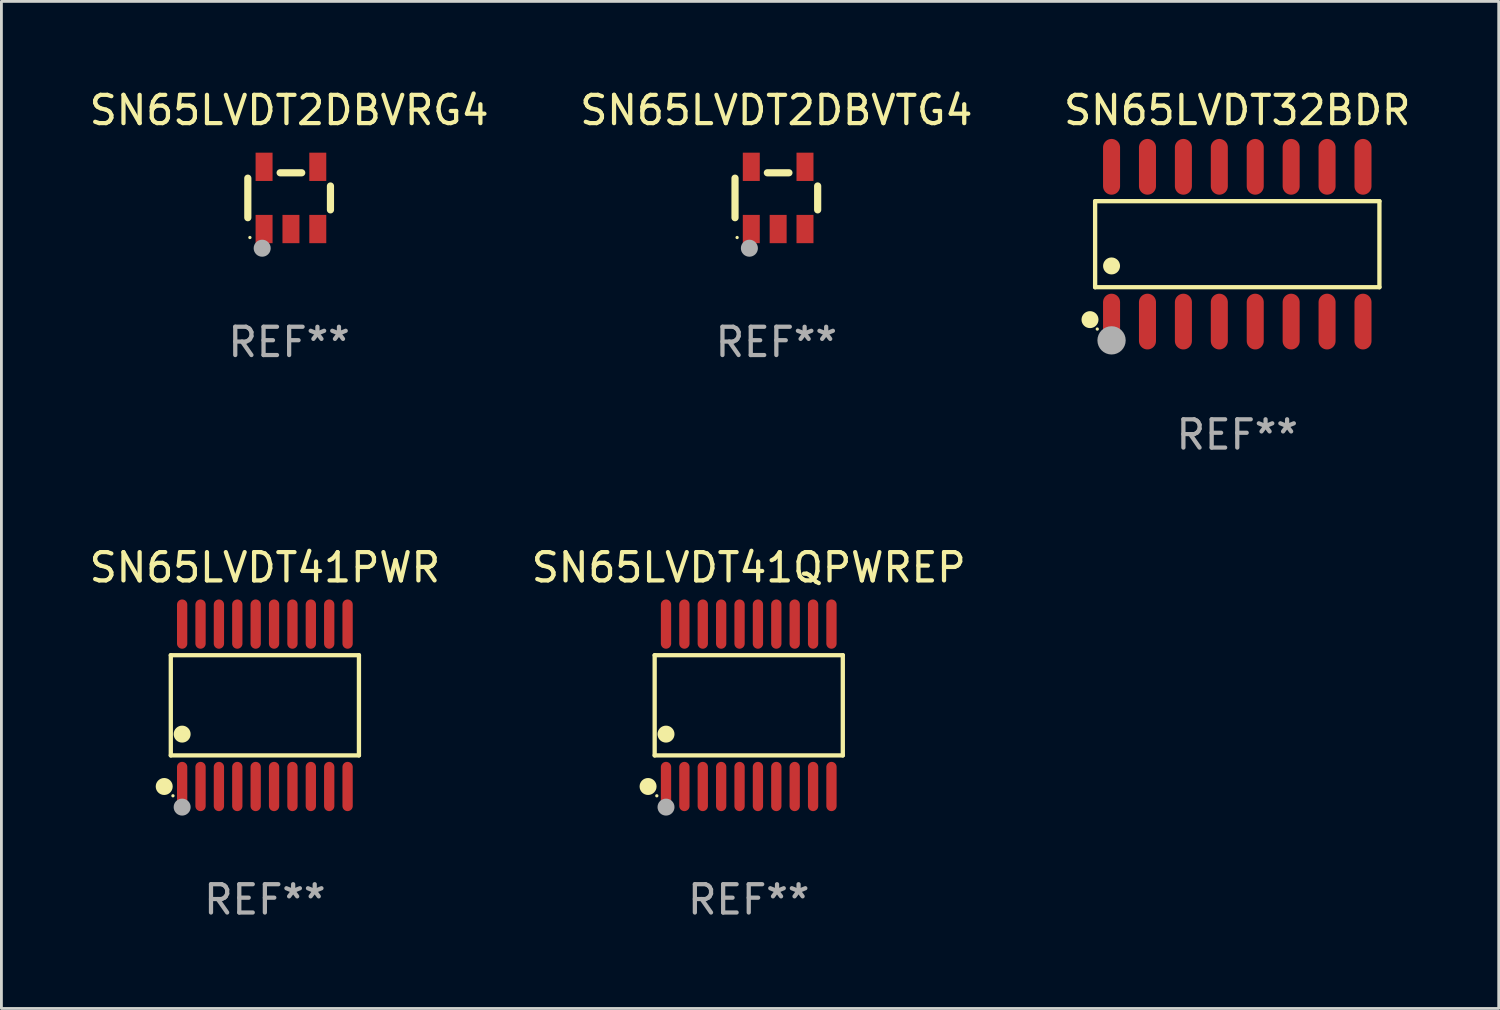
<source format=kicad_pcb>
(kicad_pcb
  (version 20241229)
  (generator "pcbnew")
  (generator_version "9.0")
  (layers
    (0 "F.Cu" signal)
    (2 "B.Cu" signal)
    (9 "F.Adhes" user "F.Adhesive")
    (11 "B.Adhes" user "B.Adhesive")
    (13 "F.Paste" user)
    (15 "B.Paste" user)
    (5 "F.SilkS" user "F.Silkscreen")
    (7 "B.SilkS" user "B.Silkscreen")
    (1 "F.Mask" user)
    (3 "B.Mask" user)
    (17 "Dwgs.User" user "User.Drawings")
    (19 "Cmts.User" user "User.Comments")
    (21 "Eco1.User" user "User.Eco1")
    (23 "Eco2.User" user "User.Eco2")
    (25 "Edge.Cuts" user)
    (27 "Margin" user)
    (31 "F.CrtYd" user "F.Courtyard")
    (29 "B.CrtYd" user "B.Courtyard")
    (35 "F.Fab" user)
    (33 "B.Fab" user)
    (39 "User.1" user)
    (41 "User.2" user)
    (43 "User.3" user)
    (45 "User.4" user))
  (footprint "SN65LVDT41QPWREP"
    (layer "F.Cu")
    (at 23.423 21.887)
    (property "Reference" "SN65LVDT41QPWREP" (at 0 -4.871 0) (layer "F.SilkS") (effects (font (size 1 1) (thickness 0.15))))
    (attr through_hole)
    (fp_line (start -3.326 -1.771) (end 3.326 -1.771) (stroke (width 0.152) (type solid)) (layer "F.SilkS"))
    (fp_line (start -3.326 1.771) (end -3.326 -1.771) (stroke (width 0.152) (type solid)) (layer "F.SilkS"))
    (fp_line (start 3.326 -1.771) (end 3.326 1.771) (stroke (width 0.152) (type solid)) (layer "F.SilkS"))
    (fp_line (start 3.326 1.771) (end -3.326 1.771) (stroke (width 0.152) (type solid)) (layer "F.SilkS"))
    (fp_circle (center -3.559 2.871) (end -3.409 2.871) (stroke (width 0.3) (type solid)) (fill no) (layer "F.SilkS"))
    (fp_circle (center -3.25 3.2) (end -3.22 3.2) (stroke (width 0.06) (type solid)) (fill no) (layer "F.SilkS"))
    (fp_circle (center -2.925 1.019) (end -2.775 1.019) (stroke (width 0.3) (type solid)) (fill no) (layer "F.SilkS"))
    (fp_circle (center -2.925 3.6) (end -2.775 3.6) (stroke (width 0.3) (type solid)) (fill no) (layer "F.Fab"))
    (fp_text user "REF**" (at 0 6.871 0) (layer "F.Fab") (effects (font (size 1 1) (thickness 0.15))))
    (pad "1" smd oval (at -2.925 2.871) (size 0.364 1.742) (layers "F.Cu" "F.Mask" "F.Paste"))
    (pad "2" smd oval (at -2.275 2.871) (size 0.364 1.742) (layers "F.Cu" "F.Mask" "F.Paste"))
    (pad "3" smd oval (at -1.625 2.871) (size 0.364 1.742) (layers "F.Cu" "F.Mask" "F.Paste"))
    (pad "4" smd oval (at -0.975 2.871) (size 0.364 1.742) (layers "F.Cu" "F.Mask" "F.Paste"))
    (pad "5" smd oval (at -0.325 2.871) (size 0.364 1.742) (layers "F.Cu" "F.Mask" "F.Paste"))
    (pad "6" smd oval (at 0.325 2.871) (size 0.364 1.742) (layers "F.Cu" "F.Mask" "F.Paste"))
    (pad "7" smd oval (at 0.975 2.871) (size 0.364 1.742) (layers "F.Cu" "F.Mask" "F.Paste"))
    (pad "8" smd oval (at 1.625 2.871) (size 0.364 1.742) (layers "F.Cu" "F.Mask" "F.Paste"))
    (pad "9" smd oval (at 2.275 2.871) (size 0.364 1.742) (layers "F.Cu" "F.Mask" "F.Paste"))
    (pad "10" smd oval (at 2.925 2.871) (size 0.364 1.742) (layers "F.Cu" "F.Mask" "F.Paste"))
    (pad "11" smd oval (at 2.925 -2.871) (size 0.364 1.742) (layers "F.Cu" "F.Mask" "F.Paste"))
    (pad "12" smd oval (at 2.275 -2.871) (size 0.364 1.742) (layers "F.Cu" "F.Mask" "F.Paste"))
    (pad "13" smd oval (at 1.625 -2.871) (size 0.364 1.742) (layers "F.Cu" "F.Mask" "F.Paste"))
    (pad "14" smd oval (at 0.975 -2.871) (size 0.364 1.742) (layers "F.Cu" "F.Mask" "F.Paste"))
    (pad "15" smd oval (at 0.325 -2.871) (size 0.364 1.742) (layers "F.Cu" "F.Mask" "F.Paste"))
    (pad "16" smd oval (at -0.325 -2.871) (size 0.364 1.742) (layers "F.Cu" "F.Mask" "F.Paste"))
    (pad "17" smd oval (at -0.975 -2.871) (size 0.364 1.742) (layers "F.Cu" "F.Mask" "F.Paste"))
    (pad "18" smd oval (at -1.625 -2.871) (size 0.364 1.742) (layers "F.Cu" "F.Mask" "F.Paste"))
    (pad "19" smd oval (at -2.275 -2.871) (size 0.364 1.742) (layers "F.Cu" "F.Mask" "F.Paste"))
    (pad "20" smd oval (at -2.925 -2.871) (size 0.364 1.742) (layers "F.Cu" "F.Mask" "F.Paste")))
  (footprint "SN65LVDT2DBVTG4"
    (layer "F.Cu")
    (at 24.399 3.948)
    (property "Reference" "SN65LVDT2DBVTG4" (at 0 -3.1 0) (layer "F.SilkS") (effects (font (size 1 1) (thickness 0.15))))
    (attr through_hole)
    (fp_line (start -1.461 -0.699) (end -1.461 0.699) (stroke (width 0.254) (type solid)) (layer "F.SilkS"))
    (fp_line (start -0.318 -0.889) (end 0.445 -0.889) (stroke (width 0.254) (type solid)) (layer "F.SilkS"))
    (fp_line (start 1.461 -0.422) (end 1.461 0.422) (stroke (width 0.254) (type solid)) (layer "F.SilkS"))
    (fp_circle (center -1.387 1.4) (end -1.357 1.4) (stroke (width 0.06) (type solid)) (fill no) (layer "F.SilkS"))
    (fp_circle (center -0.953 1.778) (end -0.802 1.778) (stroke (width 0.3) (type solid)) (fill no) (layer "F.Fab"))
    (fp_text user "REF**" (at 0 5.1 0) (layer "F.Fab") (effects (font (size 1 1) (thickness 0.15))))
    (pad "1" smd rect (at -0.886 1.1) (size 0.6 1) (layers "F.Cu" "F.Mask" "F.Paste"))
    (pad "2" smd rect (at 0.064 1.1) (size 0.6 1) (layers "F.Cu" "F.Mask" "F.Paste"))
    (pad "3" smd rect (at 1.013 1.1) (size 0.6 1) (layers "F.Cu" "F.Mask" "F.Paste"))
    (pad "4" smd rect (at 1.013 -1.1) (size 0.6 1) (layers "F.Cu" "F.Mask" "F.Paste"))
    (pad "5" smd rect (at -0.886 -1.1) (size 0.6 1) (layers "F.Cu" "F.Mask" "F.Paste")))
  (footprint "SN65LVDT32BDR"
    (layer "F.Cu")
    (at 40.696 5.584)
    (property "Reference" "SN65LVDT32BDR" (at 0 -4.736 0) (layer "F.SilkS") (effects (font (size 1 1) (thickness 0.15))))
    (attr through_hole)
    (fp_line (start -5.026 -1.521) (end 5.026 -1.521) (stroke (width 0.152) (type solid)) (layer "F.SilkS"))
    (fp_line (start -5.026 1.521) (end -5.026 -1.521) (stroke (width 0.152) (type solid)) (layer "F.SilkS"))
    (fp_line (start 5.026 -1.521) (end 5.026 1.521) (stroke (width 0.152) (type solid)) (layer "F.SilkS"))
    (fp_line (start 5.026 1.521) (end -5.026 1.521) (stroke (width 0.152) (type solid)) (layer "F.SilkS"))
    (fp_circle (center -5.207 2.667) (end -5.057 2.667) (stroke (width 0.3) (type solid)) (fill no) (layer "F.SilkS"))
    (fp_circle (center -4.95 3) (end -4.92 3) (stroke (width 0.06) (type solid)) (fill no) (layer "F.SilkS"))
    (fp_circle (center -4.445 0.769) (end -4.295 0.769) (stroke (width 0.3) (type solid)) (fill no) (layer "F.SilkS"))
    (fp_circle (center -4.445 3.4) (end -4.195 3.4) (stroke (width 0.5) (type solid)) (fill no) (layer "F.Fab"))
    (fp_text user "REF**" (at 0 6.736 0) (layer "F.Fab") (effects (font (size 1 1) (thickness 0.15))))
    (pad "1" smd oval (at -4.445 2.736) (size 0.602 1.971) (layers "F.Cu" "F.Mask" "F.Paste"))
    (pad "2" smd oval (at -3.175 2.736) (size 0.602 1.971) (layers "F.Cu" "F.Mask" "F.Paste"))
    (pad "3" smd oval (at -1.905 2.736) (size 0.602 1.971) (layers "F.Cu" "F.Mask" "F.Paste"))
    (pad "4" smd oval (at -0.635 2.736) (size 0.602 1.971) (layers "F.Cu" "F.Mask" "F.Paste"))
    (pad "5" smd oval (at 0.635 2.736) (size 0.602 1.971) (layers "F.Cu" "F.Mask" "F.Paste"))
    (pad "6" smd oval (at 1.905 2.736) (size 0.602 1.971) (layers "F.Cu" "F.Mask" "F.Paste"))
    (pad "7" smd oval (at 3.175 2.736) (size 0.602 1.971) (layers "F.Cu" "F.Mask" "F.Paste"))
    (pad "8" smd oval (at 4.445 2.736) (size 0.602 1.971) (layers "F.Cu" "F.Mask" "F.Paste"))
    (pad "9" smd oval (at 4.445 -2.736) (size 0.602 1.971) (layers "F.Cu" "F.Mask" "F.Paste"))
    (pad "10" smd oval (at 3.175 -2.736) (size 0.602 1.971) (layers "F.Cu" "F.Mask" "F.Paste"))
    (pad "11" smd oval (at 1.905 -2.736) (size 0.602 1.971) (layers "F.Cu" "F.Mask" "F.Paste"))
    (pad "12" smd oval (at 0.635 -2.736) (size 0.602 1.971) (layers "F.Cu" "F.Mask" "F.Paste"))
    (pad "13" smd oval (at -0.635 -2.736) (size 0.602 1.971) (layers "F.Cu" "F.Mask" "F.Paste"))
    (pad "14" smd oval (at -1.905 -2.736) (size 0.602 1.971) (layers "F.Cu" "F.Mask" "F.Paste"))
    (pad "15" smd oval (at -3.175 -2.736) (size 0.602 1.971) (layers "F.Cu" "F.Mask" "F.Paste"))
    (pad "16" smd oval (at -4.445 -2.736) (size 0.602 1.971) (layers "F.Cu" "F.Mask" "F.Paste")))
  (footprint "SN65LVDT41PWR"
    (layer "F.Cu")
    (at 6.315 21.887)
    (property "Reference" "SN65LVDT41PWR" (at 0 -4.871 0) (layer "F.SilkS") (effects (font (size 1 1) (thickness 0.15))))
    (attr through_hole)
    (fp_line (start -3.326 -1.771) (end 3.326 -1.771) (stroke (width 0.152) (type solid)) (layer "F.SilkS"))
    (fp_line (start -3.326 1.771) (end -3.326 -1.771) (stroke (width 0.152) (type solid)) (layer "F.SilkS"))
    (fp_line (start 3.326 -1.771) (end 3.326 1.771) (stroke (width 0.152) (type solid)) (layer "F.SilkS"))
    (fp_line (start 3.326 1.771) (end -3.326 1.771) (stroke (width 0.152) (type solid)) (layer "F.SilkS"))
    (fp_circle (center -3.559 2.871) (end -3.409 2.871) (stroke (width 0.3) (type solid)) (fill no) (layer "F.SilkS"))
    (fp_circle (center -3.25 3.2) (end -3.22 3.2) (stroke (width 0.06) (type solid)) (fill no) (layer "F.SilkS"))
    (fp_circle (center -2.925 1.019) (end -2.775 1.019) (stroke (width 0.3) (type solid)) (fill no) (layer "F.SilkS"))
    (fp_circle (center -2.925 3.6) (end -2.775 3.6) (stroke (width 0.3) (type solid)) (fill no) (layer "F.Fab"))
    (fp_text user "REF**" (at 0 6.871 0) (layer "F.Fab") (effects (font (size 1 1) (thickness 0.15))))
    (pad "1" smd oval (at -2.925 2.871) (size 0.364 1.742) (layers "F.Cu" "F.Mask" "F.Paste"))
    (pad "2" smd oval (at -2.275 2.871) (size 0.364 1.742) (layers "F.Cu" "F.Mask" "F.Paste"))
    (pad "3" smd oval (at -1.625 2.871) (size 0.364 1.742) (layers "F.Cu" "F.Mask" "F.Paste"))
    (pad "4" smd oval (at -0.975 2.871) (size 0.364 1.742) (layers "F.Cu" "F.Mask" "F.Paste"))
    (pad "5" smd oval (at -0.325 2.871) (size 0.364 1.742) (layers "F.Cu" "F.Mask" "F.Paste"))
    (pad "6" smd oval (at 0.325 2.871) (size 0.364 1.742) (layers "F.Cu" "F.Mask" "F.Paste"))
    (pad "7" smd oval (at 0.975 2.871) (size 0.364 1.742) (layers "F.Cu" "F.Mask" "F.Paste"))
    (pad "8" smd oval (at 1.625 2.871) (size 0.364 1.742) (layers "F.Cu" "F.Mask" "F.Paste"))
    (pad "9" smd oval (at 2.275 2.871) (size 0.364 1.742) (layers "F.Cu" "F.Mask" "F.Paste"))
    (pad "10" smd oval (at 2.925 2.871) (size 0.364 1.742) (layers "F.Cu" "F.Mask" "F.Paste"))
    (pad "11" smd oval (at 2.925 -2.871) (size 0.364 1.742) (layers "F.Cu" "F.Mask" "F.Paste"))
    (pad "12" smd oval (at 2.275 -2.871) (size 0.364 1.742) (layers "F.Cu" "F.Mask" "F.Paste"))
    (pad "13" smd oval (at 1.625 -2.871) (size 0.364 1.742) (layers "F.Cu" "F.Mask" "F.Paste"))
    (pad "14" smd oval (at 0.975 -2.871) (size 0.364 1.742) (layers "F.Cu" "F.Mask" "F.Paste"))
    (pad "15" smd oval (at 0.325 -2.871) (size 0.364 1.742) (layers "F.Cu" "F.Mask" "F.Paste"))
    (pad "16" smd oval (at -0.325 -2.871) (size 0.364 1.742) (layers "F.Cu" "F.Mask" "F.Paste"))
    (pad "17" smd oval (at -0.975 -2.871) (size 0.364 1.742) (layers "F.Cu" "F.Mask" "F.Paste"))
    (pad "18" smd oval (at -1.625 -2.871) (size 0.364 1.742) (layers "F.Cu" "F.Mask" "F.Paste"))
    (pad "19" smd oval (at -2.275 -2.871) (size 0.364 1.742) (layers "F.Cu" "F.Mask" "F.Paste"))
    (pad "20" smd oval (at -2.925 -2.871) (size 0.364 1.742) (layers "F.Cu" "F.Mask" "F.Paste")))
  (footprint "SN65LVDT2DBVRG4"
    (layer "F.Cu")
    (at 7.173 3.948)
    (property "Reference" "SN65LVDT2DBVRG4" (at 0 -3.1 0) (layer "F.SilkS") (effects (font (size 1 1) (thickness 0.15))))
    (attr through_hole)
    (fp_line (start -1.461 -0.699) (end -1.461 0.699) (stroke (width 0.254) (type solid)) (layer "F.SilkS"))
    (fp_line (start -0.318 -0.889) (end 0.445 -0.889) (stroke (width 0.254) (type solid)) (layer "F.SilkS"))
    (fp_line (start 1.461 -0.422) (end 1.461 0.422) (stroke (width 0.254) (type solid)) (layer "F.SilkS"))
    (fp_circle (center -1.387 1.4) (end -1.357 1.4) (stroke (width 0.06) (type solid)) (fill no) (layer "F.SilkS"))
    (fp_circle (center -0.953 1.778) (end -0.802 1.778) (stroke (width 0.3) (type solid)) (fill no) (layer "F.Fab"))
    (fp_text user "REF**" (at 0 5.1 0) (layer "F.Fab") (effects (font (size 1 1) (thickness 0.15))))
    (pad "1" smd rect (at -0.886 1.1) (size 0.6 1) (layers "F.Cu" "F.Mask" "F.Paste"))
    (pad "2" smd rect (at 0.064 1.1) (size 0.6 1) (layers "F.Cu" "F.Mask" "F.Paste"))
    (pad "3" smd rect (at 1.013 1.1) (size 0.6 1) (layers "F.Cu" "F.Mask" "F.Paste"))
    (pad "4" smd rect (at 1.013 -1.1) (size 0.6 1) (layers "F.Cu" "F.Mask" "F.Paste"))
    (pad "5" smd rect (at -0.886 -1.1) (size 0.6 1) (layers "F.Cu" "F.Mask" "F.Paste")))
  (gr_rect
    (start -3 -3)
    (end 49.94 32.606)
    (stroke (width 0.1) (type default))
    (fill no)
    (layer "Edge.Cuts")))
</source>
